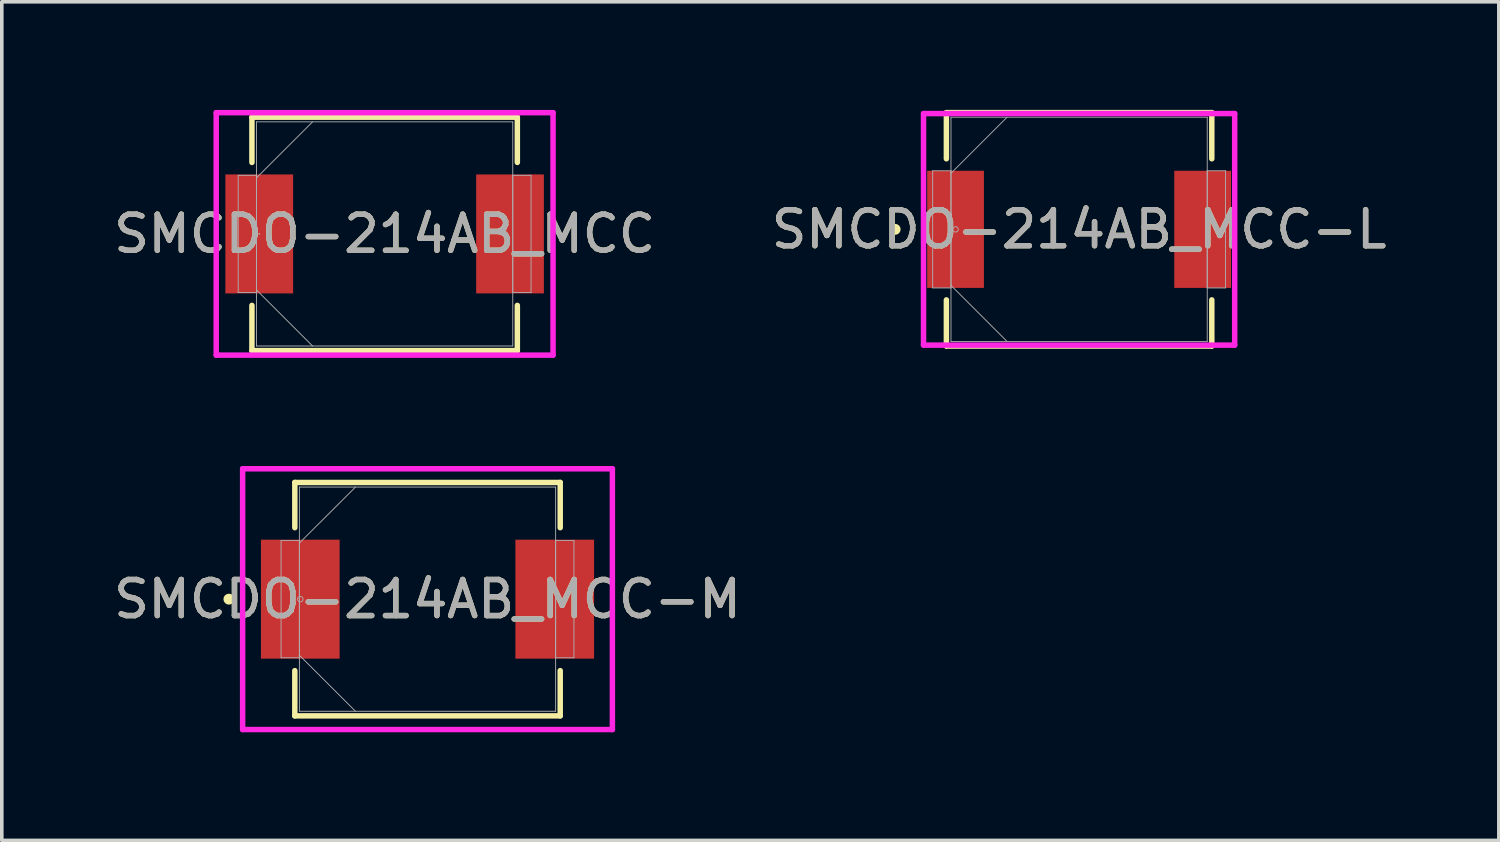
<source format=kicad_pcb>
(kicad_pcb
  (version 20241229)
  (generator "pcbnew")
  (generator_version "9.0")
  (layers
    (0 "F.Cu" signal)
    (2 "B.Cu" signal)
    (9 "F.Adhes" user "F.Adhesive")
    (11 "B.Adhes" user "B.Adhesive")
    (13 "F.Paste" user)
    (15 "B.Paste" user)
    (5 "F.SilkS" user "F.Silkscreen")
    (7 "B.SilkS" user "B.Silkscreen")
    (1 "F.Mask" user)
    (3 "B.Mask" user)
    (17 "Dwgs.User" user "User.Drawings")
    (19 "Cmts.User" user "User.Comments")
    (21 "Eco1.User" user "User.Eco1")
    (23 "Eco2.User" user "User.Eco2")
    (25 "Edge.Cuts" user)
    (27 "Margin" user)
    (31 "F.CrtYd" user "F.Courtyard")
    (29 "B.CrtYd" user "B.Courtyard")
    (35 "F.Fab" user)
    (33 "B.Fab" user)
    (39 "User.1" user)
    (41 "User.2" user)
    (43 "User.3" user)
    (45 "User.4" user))
  (footprint "SMCDO-214AB_MCC-L"
    (layer "F.Cu")
    (at 26.899 3.315)
    (property "Reference" "SMCDO-214AB_MCC-L" (at 0 0 0) (unlocked yes) (layer "F.SilkS") (effects (font (size 1 1) (thickness 0.15))))
    (attr smd)
    (fp_line (start -3.683 -3.239) (end -3.683 -1.958) (stroke (width 0.152) (type solid)) (layer "F.SilkS"))
    (fp_line (start -3.683 1.958) (end -3.683 3.239) (stroke (width 0.152) (type solid)) (layer "F.SilkS"))
    (fp_line (start -3.683 3.239) (end 3.683 3.239) (stroke (width 0.152) (type solid)) (layer "F.SilkS"))
    (fp_line (start 3.683 -3.239) (end -3.683 -3.239) (stroke (width 0.152) (type solid)) (layer "F.SilkS"))
    (fp_line (start 3.683 -1.958) (end 3.683 -3.239) (stroke (width 0.152) (type solid)) (layer "F.SilkS"))
    (fp_line (start 3.683 3.239) (end 3.683 1.958) (stroke (width 0.152) (type solid)) (layer "F.SilkS"))
    (fp_circle (center -5.105 0) (end -5.029 0) (stroke (width 0.152) (type solid)) (fill no) (layer "F.SilkS"))
    (fp_line (start -4.318 -3.213) (end 4.318 -3.213) (stroke (width 0.152) (type solid)) (layer "F.CrtYd"))
    (fp_line (start -4.318 3.213) (end -4.318 -3.213) (stroke (width 0.152) (type solid)) (layer "F.CrtYd"))
    (fp_line (start 4.318 -3.213) (end 4.318 3.213) (stroke (width 0.152) (type solid)) (layer "F.CrtYd"))
    (fp_line (start 4.318 3.213) (end -4.318 3.213) (stroke (width 0.152) (type solid)) (layer "F.CrtYd"))
    (fp_line (start -4.064 -1.626) (end -4.064 1.626) (stroke (width 0.025) (type solid)) (layer "F.Fab"))
    (fp_line (start -4.064 1.626) (end -3.556 1.626) (stroke (width 0.025) (type solid)) (layer "F.Fab"))
    (fp_line (start -3.556 -3.111) (end -3.556 3.111) (stroke (width 0.025) (type solid)) (layer "F.Fab"))
    (fp_line (start -3.556 -1.626) (end -4.064 -1.626) (stroke (width 0.025) (type solid)) (layer "F.Fab"))
    (fp_line (start -3.556 -1.556) (end -2 -3.111) (stroke (width 0.025) (type solid)) (layer "F.Fab"))
    (fp_line (start -3.556 1.556) (end -2 3.111) (stroke (width 0.025) (type solid)) (layer "F.Fab"))
    (fp_line (start -3.556 1.626) (end -3.556 -1.626) (stroke (width 0.025) (type solid)) (layer "F.Fab"))
    (fp_line (start -3.556 3.111) (end 3.556 3.111) (stroke (width 0.025) (type solid)) (layer "F.Fab"))
    (fp_line (start 3.556 -3.111) (end -3.556 -3.111) (stroke (width 0.025) (type solid)) (layer "F.Fab"))
    (fp_line (start 3.556 -1.626) (end 3.556 1.626) (stroke (width 0.025) (type solid)) (layer "F.Fab"))
    (fp_line (start 3.556 1.626) (end 4.064 1.626) (stroke (width 0.025) (type solid)) (layer "F.Fab"))
    (fp_line (start 3.556 3.111) (end 3.556 -3.111) (stroke (width 0.025) (type solid)) (layer "F.Fab"))
    (fp_line (start 4.064 -1.626) (end 3.556 -1.626) (stroke (width 0.025) (type solid)) (layer "F.Fab"))
    (fp_line (start 4.064 1.626) (end 4.064 -1.626) (stroke (width 0.025) (type solid)) (layer "F.Fab"))
    (fp_circle (center -3.429 0) (end -3.353 0) (stroke (width 0.025) (type solid)) (fill no) (layer "F.Fab"))
    (fp_text user "${REFERENCE}" (at 0 0 0) (unlocked yes) (layer "F.Fab") (effects (font (size 1 1) (thickness 0.15))))
    (pad "1" smd rect (at -3.429 0) (size 1.575 3.251) (layers "F.Cu" "F.Mask" "F.Paste"))
    (pad "2" smd rect (at 3.429 0) (size 1.575 3.251) (layers "F.Cu" "F.Mask" "F.Paste"))
    (zone (net_name "") (layer "F.Cu") (hatch full 0.508) (connect_pads) (min_thickness 0.254) (filled_areas_thickness no) (keepout (tracks not_allowed) (vias not_allowed) (pads allowed) (copperpour not_allowed) (footprints allowed)) (placement (enabled no)) (fill) (polygon (pts (xy 24.308 0.254) (xy 29.49 0.254) (xy 29.49 6.375) (xy 24.308 6.375)))))
  (footprint "SMCDO-214AB_MCC-M"
    (layer "F.Cu")
    (at 8.815 13.579)
    (property "Reference" "SMCDO-214AB_MCC-M" (at 0 0 0) (unlocked yes) (layer "F.SilkS") (effects (font (size 1 1) (thickness 0.15))))
    (attr smd)
    (fp_line (start -3.683 -3.239) (end -3.683 -1.984) (stroke (width 0.152) (type solid)) (layer "F.SilkS"))
    (fp_line (start -3.683 1.984) (end -3.683 3.239) (stroke (width 0.152) (type solid)) (layer "F.SilkS"))
    (fp_line (start -3.683 3.239) (end 3.683 3.239) (stroke (width 0.152) (type solid)) (layer "F.SilkS"))
    (fp_line (start 3.683 -3.239) (end -3.683 -3.239) (stroke (width 0.152) (type solid)) (layer "F.SilkS"))
    (fp_line (start 3.683 -1.984) (end 3.683 -3.239) (stroke (width 0.152) (type solid)) (layer "F.SilkS"))
    (fp_line (start 3.683 3.239) (end 3.683 1.984) (stroke (width 0.152) (type solid)) (layer "F.SilkS"))
    (fp_circle (center -5.512 0) (end -5.436 0) (stroke (width 0.152) (type solid)) (fill no) (layer "F.SilkS"))
    (fp_line (start -5.131 -3.619) (end 5.131 -3.619) (stroke (width 0.152) (type solid)) (layer "F.CrtYd"))
    (fp_line (start -5.131 3.619) (end -5.131 -3.619) (stroke (width 0.152) (type solid)) (layer "F.CrtYd"))
    (fp_line (start 5.131 -3.619) (end 5.131 3.619) (stroke (width 0.152) (type solid)) (layer "F.CrtYd"))
    (fp_line (start 5.131 3.619) (end -5.131 3.619) (stroke (width 0.152) (type solid)) (layer "F.CrtYd"))
    (fp_line (start -4.064 -1.626) (end -4.064 1.626) (stroke (width 0.025) (type solid)) (layer "F.Fab"))
    (fp_line (start -4.064 1.626) (end -3.556 1.626) (stroke (width 0.025) (type solid)) (layer "F.Fab"))
    (fp_line (start -3.556 -3.111) (end -3.556 3.111) (stroke (width 0.025) (type solid)) (layer "F.Fab"))
    (fp_line (start -3.556 -1.626) (end -4.064 -1.626) (stroke (width 0.025) (type solid)) (layer "F.Fab"))
    (fp_line (start -3.556 -1.556) (end -2 -3.111) (stroke (width 0.025) (type solid)) (layer "F.Fab"))
    (fp_line (start -3.556 1.556) (end -2 3.111) (stroke (width 0.025) (type solid)) (layer "F.Fab"))
    (fp_line (start -3.556 1.626) (end -3.556 -1.626) (stroke (width 0.025) (type solid)) (layer "F.Fab"))
    (fp_line (start -3.556 3.111) (end 3.556 3.111) (stroke (width 0.025) (type solid)) (layer "F.Fab"))
    (fp_line (start 3.556 -3.111) (end -3.556 -3.111) (stroke (width 0.025) (type solid)) (layer "F.Fab"))
    (fp_line (start 3.556 -1.626) (end 3.556 1.626) (stroke (width 0.025) (type solid)) (layer "F.Fab"))
    (fp_line (start 3.556 1.626) (end 4.064 1.626) (stroke (width 0.025) (type solid)) (layer "F.Fab"))
    (fp_line (start 3.556 3.111) (end 3.556 -3.111) (stroke (width 0.025) (type solid)) (layer "F.Fab"))
    (fp_line (start 4.064 -1.626) (end 3.556 -1.626) (stroke (width 0.025) (type solid)) (layer "F.Fab"))
    (fp_line (start 4.064 1.626) (end 4.064 -1.626) (stroke (width 0.025) (type solid)) (layer "F.Fab"))
    (fp_circle (center -3.531 0) (end -3.454 0) (stroke (width 0.025) (type solid)) (fill no) (layer "F.Fab"))
    (fp_text user "${REFERENCE}" (at 0 0 0) (unlocked yes) (layer "F.Fab") (effects (font (size 1 1) (thickness 0.15))))
    (pad "1" smd rect (at -3.531 0) (size 2.184 3.302) (layers "F.Cu" "F.Mask" "F.Paste"))
    (pad "2" smd rect (at 3.531 0) (size 2.184 3.302) (layers "F.Cu" "F.Mask" "F.Paste"))
    (zone (net_name "") (layer "F.Cu") (hatch full 0.508) (connect_pads) (min_thickness 0.254) (filled_areas_thickness no) (keepout (tracks not_allowed) (vias not_allowed) (pads allowed) (copperpour not_allowed) (footprints allowed)) (placement (enabled no)) (fill) (polygon (pts (xy 6.428 10.518) (xy 11.203 10.518) (xy 11.203 16.64) (xy 6.428 16.64)))))
  (footprint "SMCDO-214AB_MCC"
    (layer "F.Cu")
    (at 7.625 3.442)
    (property "Reference" "SMCDO-214AB_MCC" (at 0 0 0) (unlocked yes) (layer "F.SilkS") (effects (font (size 1 1) (thickness 0.15))))
    (attr smd)
    (fp_line (start -3.683 -3.239) (end -3.683 -1.984) (stroke (width 0.152) (type solid)) (layer "F.SilkS"))
    (fp_line (start -3.683 1.984) (end -3.683 3.239) (stroke (width 0.152) (type solid)) (layer "F.SilkS"))
    (fp_line (start -3.683 3.239) (end 3.683 3.239) (stroke (width 0.152) (type solid)) (layer "F.SilkS"))
    (fp_line (start 3.683 -3.239) (end -3.683 -3.239) (stroke (width 0.152) (type solid)) (layer "F.SilkS"))
    (fp_line (start 3.683 -1.984) (end 3.683 -3.239) (stroke (width 0.152) (type solid)) (layer "F.SilkS"))
    (fp_line (start 3.683 3.239) (end 3.683 1.984) (stroke (width 0.152) (type solid)) (layer "F.SilkS"))
    (fp_line (start -4.674 -3.365) (end 4.674 -3.365) (stroke (width 0.152) (type solid)) (layer "F.CrtYd"))
    (fp_line (start -4.674 3.365) (end -4.674 -3.365) (stroke (width 0.152) (type solid)) (layer "F.CrtYd"))
    (fp_line (start 4.674 -3.365) (end 4.674 3.365) (stroke (width 0.152) (type solid)) (layer "F.CrtYd"))
    (fp_line (start 4.674 3.365) (end -4.674 3.365) (stroke (width 0.152) (type solid)) (layer "F.CrtYd"))
    (fp_line (start -4.064 -1.626) (end -4.064 1.626) (stroke (width 0.025) (type solid)) (layer "F.Fab"))
    (fp_line (start -4.064 1.626) (end -3.556 1.626) (stroke (width 0.025) (type solid)) (layer "F.Fab"))
    (fp_line (start -3.556 -3.111) (end -3.556 3.111) (stroke (width 0.025) (type solid)) (layer "F.Fab"))
    (fp_line (start -3.556 -1.626) (end -4.064 -1.626) (stroke (width 0.025) (type solid)) (layer "F.Fab"))
    (fp_line (start -3.556 -1.556) (end -2 -3.111) (stroke (width 0.025) (type solid)) (layer "F.Fab"))
    (fp_line (start -3.556 1.556) (end -2 3.111) (stroke (width 0.025) (type solid)) (layer "F.Fab"))
    (fp_line (start -3.556 1.626) (end -3.556 -1.626) (stroke (width 0.025) (type solid)) (layer "F.Fab"))
    (fp_line (start -3.556 3.111) (end 3.556 3.111) (stroke (width 0.025) (type solid)) (layer "F.Fab"))
    (fp_line (start 3.556 -3.111) (end -3.556 -3.111) (stroke (width 0.025) (type solid)) (layer "F.Fab"))
    (fp_line (start 3.556 -1.626) (end 3.556 1.626) (stroke (width 0.025) (type solid)) (layer "F.Fab"))
    (fp_line (start 3.556 1.626) (end 4.064 1.626) (stroke (width 0.025) (type solid)) (layer "F.Fab"))
    (fp_line (start 3.556 3.111) (end 3.556 -3.111) (stroke (width 0.025) (type solid)) (layer "F.Fab"))
    (fp_line (start 4.064 -1.626) (end 3.556 -1.626) (stroke (width 0.025) (type solid)) (layer "F.Fab"))
    (fp_line (start 4.064 1.626) (end 4.064 -1.626) (stroke (width 0.025) (type solid)) (layer "F.Fab"))
    (fp_circle (center -3.48 0) (end -3.48 0) (stroke (width 0.025) (type solid)) (fill no) (layer "F.Fab"))
    (fp_text user "${REFERENCE}" (at 0 0 0) (unlocked yes) (layer "F.Fab") (effects (font (size 1 1) (thickness 0.15))))
    (pad "1" smd rect (at -3.48 0) (size 1.88 3.302) (layers "F.Cu" "F.Mask" "F.Paste"))
    (pad "2" smd rect (at 3.48 0) (size 1.88 3.302) (layers "F.Cu" "F.Mask" "F.Paste"))
    (zone (net_name "") (layer "F.Cu") (hatch full 0.508) (connect_pads) (min_thickness 0.254) (filled_areas_thickness no) (keepout (tracks not_allowed) (vias not_allowed) (pads allowed) (copperpour not_allowed) (footprints allowed)) (placement (enabled no)) (fill) (polygon (pts (xy 5.136 0.381) (xy 10.114 0.381) (xy 10.114 6.502) (xy 5.136 6.502)))))
  (gr_rect
    (start -3 -3)
    (end 38.548 20.275)
    (stroke (width 0.1) (type default))
    (fill no)
    (layer "Edge.Cuts")))
</source>
